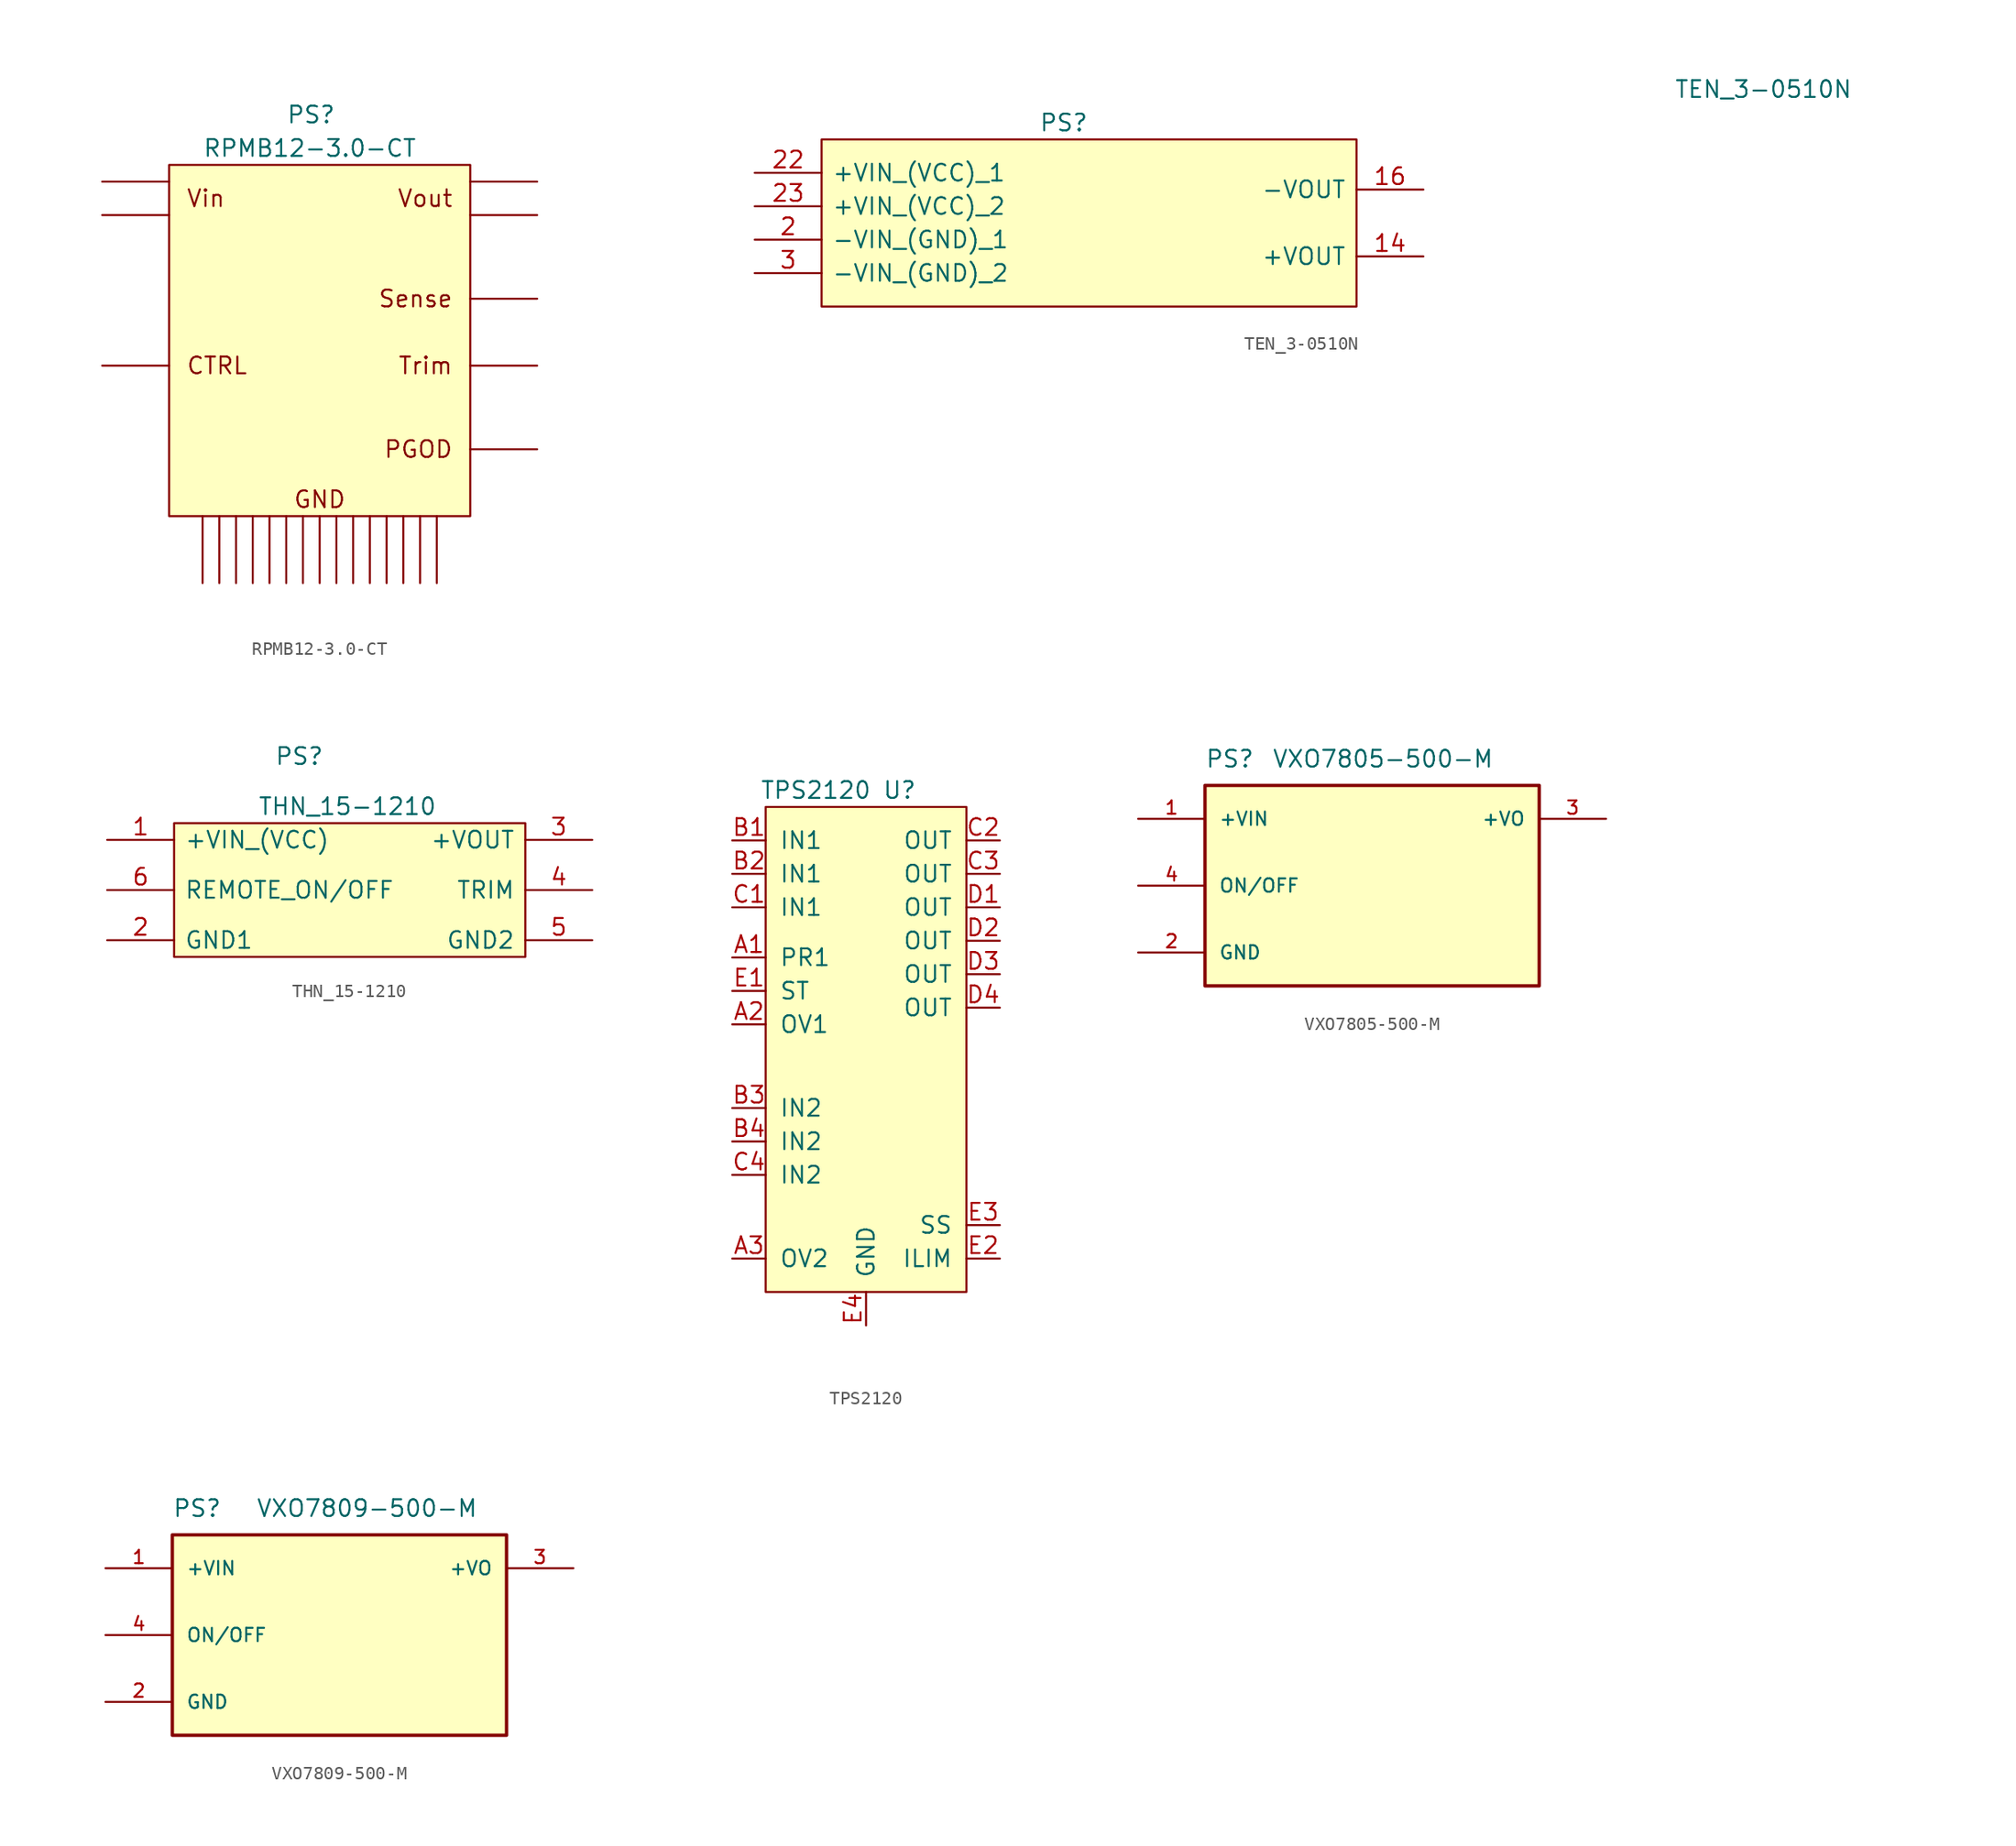
<source format=kicad_sym>
(kicad_symbol_lib
  (version 20211014)
  (generator kicad_symbol_editor)
  (symbol "RPMB12-3.0-CT"
    (pin_numbers hide)
    (pin_names
      (offset 0.762) hide)
    (property "Reference" "PS"
      (at -2.54 16.51 0)
      (effects (font (size 1.27 1.27)) (justify left)))
    (property "Value" "RPMB12-3.0-CT"
      (at -8.89 13.97 0)
      (effects (font (size 1.27 1.27)) (justify left)))
    (symbol "RPMB12-3.0-CT_0_0"
      (text "CTRL" (at -10.16 -2.54 0) (effects (font (size 1.27 1.27)) (justify left)))
      (text "GND" (at 0 -12.7 0) (effects (font (size 1.27 1.27))))
      (text "PGOD" (at 10.16 -8.89 0) (effects (font (size 1.27 1.27)) (justify right)))
      (text "Sense" (at 10.16 2.54 0) (effects (font (size 1.27 1.27)) (justify right)))
      (text "Trim" (at 10.16 -2.54 0) (effects (font (size 1.27 1.27)) (justify right)))
      (text "Vin" (at -10.16 10.16 0) (effects (font (size 1.27 1.27)) (justify left)))
      (text "Vout" (at 10.16 10.16 0) (effects (font (size 1.27 1.27)) (justify right)))
      (pin power_in line (at -16.51 11.43 0) (length 5.08) (name "VIN_1" (effects (font (size 1.27 1.27)))) (number "A1" (effects (font (size 1.27 1.27)))))
      (pin power_in line (at -16.51 8.89 0) (length 5.08) (name "VIN_2" (effects (font (size 1.27 1.27)))) (number "A2" (effects (font (size 1.27 1.27)))))
      (pin passive line (at -8.89 -19.05 90) (length 5.08) (name "GND_1" (effects (font (size 1.27 1.27)))) (number "A3" (effects (font (size 1.27 1.27)))))
      (pin passive line (at -7.62 -19.05 90) (length 5.08) (name "GND_2" (effects (font (size 1.27 1.27)))) (number "A4" (effects (font (size 1.27 1.27)))))
      (pin passive line (at 16.51 8.89 180) (length 5.08) (name "VOUT_1" (effects (font (size 1.27 1.27)))) (number "A5" (effects (font (size 1.27 1.27)))))
      (pin passive line (at 6.35 -19.05 90) (length 5.08) (name "GND_3" (effects (font (size 1.27 1.27)))) (number "B1" (effects (font (size 1.27 1.27)))))
      (pin passive line (at -6.35 -19.05 90) (length 5.08) (name "GND_4" (effects (font (size 1.27 1.27)))) (number "B2" (effects (font (size 1.27 1.27)))))
      (pin passive line (at -5.08 -19.05 90) (length 5.08) (name "GND_5" (effects (font (size 1.27 1.27)))) (number "B3" (effects (font (size 1.27 1.27)))))
      (pin passive line (at -3.81 -19.05 90) (length 5.08) (name "GND_6" (effects (font (size 1.27 1.27)))) (number "B4" (effects (font (size 1.27 1.27)))))
      (pin power_out line (at 16.51 11.43 180) (length 5.08) (name "VOUT_2" (effects (font (size 1.27 1.27)))) (number "B5" (effects (font (size 1.27 1.27)))))
      (pin input line (at -16.51 -2.54 0) (length 5.08) (name "CTRL" (effects (font (size 1.27 1.27)))) (number "C1" (effects (font (size 1.27 1.27)))))
      (pin passive line (at 7.62 -19.05 90) (length 5.08) (name "GND_7" (effects (font (size 1.27 1.27)))) (number "C2" (effects (font (size 1.27 1.27)))))
      (pin passive line (at 8.89 -19.05 90) (length 5.08) (name "GND_8" (effects (font (size 1.27 1.27)))) (number "C3" (effects (font (size 1.27 1.27)))))
      (pin passive line (at 2.54 -19.05 90) (length 5.08) (name "GND_9" (effects (font (size 1.27 1.27)))) (number "C4" (effects (font (size 1.27 1.27)))))
      (pin input line (at 16.51 2.54 180) (length 5.08) (name "SENSE" (effects (font (size 1.27 1.27)))) (number "C5" (effects (font (size 1.27 1.27)))))
      (pin passive line (at 16.51 -8.89 180) (length 5.08) (name "PGOOD" (effects (font (size 1.27 1.27)))) (number "D1" (effects (font (size 1.27 1.27)))))
      (pin passive line (at 5.08 -19.05 90) (length 5.08) (name "GND_10" (effects (font (size 1.27 1.27)))) (number "D2" (effects (font (size 1.27 1.27)))))
      (pin passive line (at 3.81 -19.05 90) (length 5.08) (name "GND_11" (effects (font (size 1.27 1.27)))) (number "D3" (effects (font (size 1.27 1.27)))))
      (pin passive line (at 1.27 -19.05 90) (length 5.08) (name "GND_12" (effects (font (size 1.27 1.27)))) (number "D4" (effects (font (size 1.27 1.27)))))
      (pin passive line (at -1.27 -19.05 90) (length 5.08) (name "GND_13" (effects (font (size 1.27 1.27)))) (number "D5" (effects (font (size 1.27 1.27)))))
      (pin no_connect line (at -16.51 -11.43 0) (length 5.08) hide (name "NC_1" (effects (font (size 1.27 1.27)))) (number "E1" (effects (font (size 1.27 1.27)))))
      (pin no_connect line (at -16.51 -8.89 0) (length 5.08) hide (name "NC_2" (effects (font (size 1.27 1.27)))) (number "E2" (effects (font (size 1.27 1.27)))))
      (pin passive line (at 0 -19.05 90) (length 5.08) (name "GND_14" (effects (font (size 1.27 1.27)))) (number "E3" (effects (font (size 1.27 1.27)))))
      (pin passive line (at -2.54 -19.05 90) (length 5.08) (name "GND_15" (effects (font (size 1.27 1.27)))) (number "E4" (effects (font (size 1.27 1.27)))))
      (pin input line (at 16.51 -2.54 180) (length 5.08) (name "TRIM" (effects (font (size 1.27 1.27)))) (number "E5" (effects (font (size 1.27 1.27))))))
    (symbol "RPMB12-3.0-CT_0_1"
      (rectangle (start -11.43 12.7) (end 11.43 -13.97) (stroke (width 0) (type default) (color 0 0 0 0)) (fill (type background)))))
  (symbol "TEN_3-0510N"
    (pin_names
      (offset 0.762))
    (property "Reference" "PS"
      (at 21.59 3.81 0)
      (effects (font (size 1.27 1.27)) (justify left)))
    (property "Value" "TEN_3-0510N"
      (at 69.85 6.35 0)
      (effects (font (size 1.27 1.27)) (justify left)))
    (symbol "TEN_3-0510N_0_0"
      (pin no_connect line (at 0 -10.16 0) (length 5.08) hide (name "NTC" (effects (font (size 1.27 1.27)))) (number "11" (effects (font (size 1.27 1.27)))))
      (pin power_out line (at 50.8 -6.35 180) (length 5.08) (name "+VOUT" (effects (font (size 1.27 1.27)))) (number "14" (effects (font (size 1.27 1.27)))))
      (pin power_out line (at 50.8 -1.27 180) (length 5.08) (name "-VOUT" (effects (font (size 1.27 1.27)))) (number "16" (effects (font (size 1.27 1.27)))))
      (pin passive line (at 0 -5.08 0) (length 5.08) (name "-VIN_(GND)_1" (effects (font (size 1.27 1.27)))) (number "2" (effects (font (size 1.27 1.27)))))
      (pin power_in line (at 0 0 0) (length 5.08) (name "+VIN_(VCC)_1" (effects (font (size 1.27 1.27)))) (number "22" (effects (font (size 1.27 1.27)))))
      (pin power_in line (at 0 -2.54 0) (length 5.08) (name "+VIN_(VCC)_2" (effects (font (size 1.27 1.27)))) (number "23" (effects (font (size 1.27 1.27)))))
      (pin passive line (at 0 -7.62 0) (length 5.08) (name "-VIN_(GND)_2" (effects (font (size 1.27 1.27)))) (number "3" (effects (font (size 1.27 1.27))))))
    (symbol "TEN_3-0510N_0_1"
      (polyline (pts (xy 5.08 2.54) (xy 45.72 2.54) (xy 45.72 -10.16) (xy 5.08 -10.16) (xy 5.08 2.54)) (stroke (width 0.152) (type default) (color 0 0 0 0)) (fill (type background)))))
  (symbol "THN_15-1210"
    (pin_names
      (offset 0.762))
    (property "Reference" "PS"
      (at -5.08 10.16 0)
      (effects (font (size 1.27 1.27)) (justify left)))
    (property "Value" "THN_15-1210"
      (at -6.35 6.35 0)
      (effects (font (size 1.27 1.27)) (justify left)))
    (symbol "THN_15-1210_0_0"
      (pin input line (at -17.78 3.81 0) (length 5.08) (name "+VIN_(VCC)" (effects (font (size 1.27 1.27)))) (number "1" (effects (font (size 1.27 1.27)))))
      (pin passive line (at -17.78 -3.81 0) (length 5.08) (name "GND1" (effects (font (size 1.27 1.27)))) (number "2" (effects (font (size 1.27 1.27)))))
      (pin power_out line (at 19.05 3.81 180) (length 5.08) (name "+VOUT" (effects (font (size 1.27 1.27)))) (number "3" (effects (font (size 1.27 1.27)))))
      (pin passive line (at 19.05 0 180) (length 5.08) (name "TRIM" (effects (font (size 1.27 1.27)))) (number "4" (effects (font (size 1.27 1.27)))))
      (pin passive line (at 19.05 -3.81 180) (length 5.08) (name "GND2" (effects (font (size 1.27 1.27)))) (number "5" (effects (font (size 1.27 1.27)))))
      (pin passive line (at -17.78 0 0) (length 5.08) (name "REMOTE_ON/OFF" (effects (font (size 1.27 1.27)))) (number "6" (effects (font (size 1.27 1.27))))))
    (symbol "THN_15-1210_0_1"
      (rectangle (start -12.7 5.08) (end 13.97 -5.08) (stroke (width 0) (type default) (color 0 0 0 0)) (fill (type background)))))
  (symbol "TPS2120"
    (pin_names
      (offset 1.016))
    (property "Reference" "U"
      (at 2.54 20.32 0)
      (effects (font (size 1.27 1.27))))
    (property "Value" "TPS2120"
      (at -3.81 20.32 0)
      (effects (font (size 1.27 1.27))))
    (symbol "TPS2120_0_0"
      (pin input line (at -10.16 7.62 0) (length 2.54) (name "PR1" (effects (font (size 1.27 1.27)))) (number "A1" (effects (font (size 1.27 1.27)))))
      (pin input line (at -10.16 2.54 0) (length 2.54) (name "OV1" (effects (font (size 1.27 1.27)))) (number "A2" (effects (font (size 1.27 1.27)))))
      (pin input line (at -10.16 -15.24 0) (length 2.54) (name "OV2" (effects (font (size 1.27 1.27)))) (number "A3" (effects (font (size 1.27 1.27)))))
      (pin power_in line (at -10.16 16.51 0) (length 2.54) (name "IN1" (effects (font (size 1.27 1.27)))) (number "B1" (effects (font (size 1.27 1.27)))))
      (pin passive line (at -10.16 13.97 0) (length 2.54) (name "IN1" (effects (font (size 1.27 1.27)))) (number "B2" (effects (font (size 1.27 1.27)))))
      (pin power_in line (at -10.16 -3.81 0) (length 2.54) (name "IN2" (effects (font (size 1.27 1.27)))) (number "B3" (effects (font (size 1.27 1.27)))))
      (pin power_in line (at -10.16 -6.35 0) (length 2.54) (name "IN2" (effects (font (size 1.27 1.27)))) (number "B4" (effects (font (size 1.27 1.27)))))
      (pin power_in line (at -10.16 11.43 0) (length 2.54) (name "IN1" (effects (font (size 1.27 1.27)))) (number "C1" (effects (font (size 1.27 1.27)))))
      (pin power_out line (at 10.16 16.51 180) (length 2.54) (name "OUT" (effects (font (size 1.27 1.27)))) (number "C2" (effects (font (size 1.27 1.27)))))
      (pin passive line (at 10.16 13.97 180) (length 2.54) (name "OUT" (effects (font (size 1.27 1.27)))) (number "C3" (effects (font (size 1.27 1.27)))))
      (pin power_in line (at -10.16 -8.89 0) (length 2.54) (name "IN2" (effects (font (size 1.27 1.27)))) (number "C4" (effects (font (size 1.27 1.27)))))
      (pin passive line (at 10.16 11.43 180) (length 2.54) (name "OUT" (effects (font (size 1.27 1.27)))) (number "D1" (effects (font (size 1.27 1.27)))))
      (pin passive line (at 10.16 8.89 180) (length 2.54) (name "OUT" (effects (font (size 1.27 1.27)))) (number "D2" (effects (font (size 1.27 1.27)))))
      (pin passive line (at 10.16 6.35 180) (length 2.54) (name "OUT" (effects (font (size 1.27 1.27)))) (number "D3" (effects (font (size 1.27 1.27)))))
      (pin passive line (at 10.16 3.81 180) (length 2.54) (name "OUT" (effects (font (size 1.27 1.27)))) (number "D4" (effects (font (size 1.27 1.27)))))
      (pin passive line (at -10.16 5.08 0) (length 2.54) (name "ST" (effects (font (size 1.27 1.27)))) (number "E1" (effects (font (size 1.27 1.27)))))
      (pin output line (at 10.16 -15.24 180) (length 2.54) (name "ILIM" (effects (font (size 1.27 1.27)))) (number "E2" (effects (font (size 1.27 1.27)))))
      (pin output line (at 10.16 -12.7 180) (length 2.54) (name "SS" (effects (font (size 1.27 1.27)))) (number "E3" (effects (font (size 1.27 1.27)))))
      (pin passive line (at 0 -20.32 90) (length 2.54) (name "GND" (effects (font (size 1.27 1.27)))) (number "E4" (effects (font (size 1.27 1.27))))))
    (symbol "TPS2120_0_1"
      (rectangle (start -7.62 19.05) (end 7.62 -17.78) (stroke (width 0) (type default) (color 0 0 0 0)) (fill (type background)))))
  (symbol "VXO7805-500-M"
    (pin_names
      (offset 1.016))
    (property "Reference" "PS"
      (at -12.7 8.89 0)
      (effects (font (size 1.27 1.27)) (justify left bottom)))
    (property "Value" "VXO7805-500-M"
      (at -7.62 8.89 0)
      (effects (font (size 1.27 1.27)) (justify left bottom)))
    (symbol "VXO7805-500-M_0_0"
      (rectangle (start -12.7 -7.62) (end 12.7 7.62) (stroke (width 0.254) (type default) (color 0 0 0 0)) (fill (type background)))
      (pin power_in line (at -17.78 5.08 0) (length 5.08) (name "+VIN" (effects (font (size 1.016 1.016)))) (number "1" (effects (font (size 1.016 1.016)))))
      (pin passive line (at -17.78 -5.08 0) (length 5.08) (name "GND" (effects (font (size 1.016 1.016)))) (number "2" (effects (font (size 1.016 1.016)))))
      (pin power_out line (at 17.78 5.08 180) (length 5.08) (name "+VO" (effects (font (size 1.016 1.016)))) (number "3" (effects (font (size 1.016 1.016)))))
      (pin input line (at -17.78 0 0) (length 5.08) (name "ON/OFF" (effects (font (size 1.016 1.016)))) (number "4" (effects (font (size 1.016 1.016)))))))
  (symbol "VXO7809-500-M"
    (pin_names
      (offset 1.016))
    (property "Reference" "PS"
      (at -12.7 8.89 0)
      (effects (font (size 1.27 1.27)) (justify left bottom)))
    (property "Value" "VXO7809-500-M"
      (at -6.35 8.89 0)
      (effects (font (size 1.27 1.27)) (justify left bottom)))
    (symbol "VXO7809-500-M_0_0"
      (rectangle (start -12.7 -7.62) (end 12.7 7.62) (stroke (width 0.254) (type default) (color 0 0 0 0)) (fill (type background)))
      (pin input line (at -17.78 5.08 0) (length 5.08) (name "+VIN" (effects (font (size 1.016 1.016)))) (number "1" (effects (font (size 1.016 1.016)))))
      (pin power_in line (at -17.78 -5.08 0) (length 5.08) (name "GND" (effects (font (size 1.016 1.016)))) (number "2" (effects (font (size 1.016 1.016)))))
      (pin output line (at 17.78 5.08 180) (length 5.08) (name "+VO" (effects (font (size 1.016 1.016)))) (number "3" (effects (font (size 1.016 1.016)))))
      (pin input line (at -17.78 0 0) (length 5.08) (name "ON/OFF" (effects (font (size 1.016 1.016)))) (number "4" (effects (font (size 1.016 1.016))))))))
</source>
